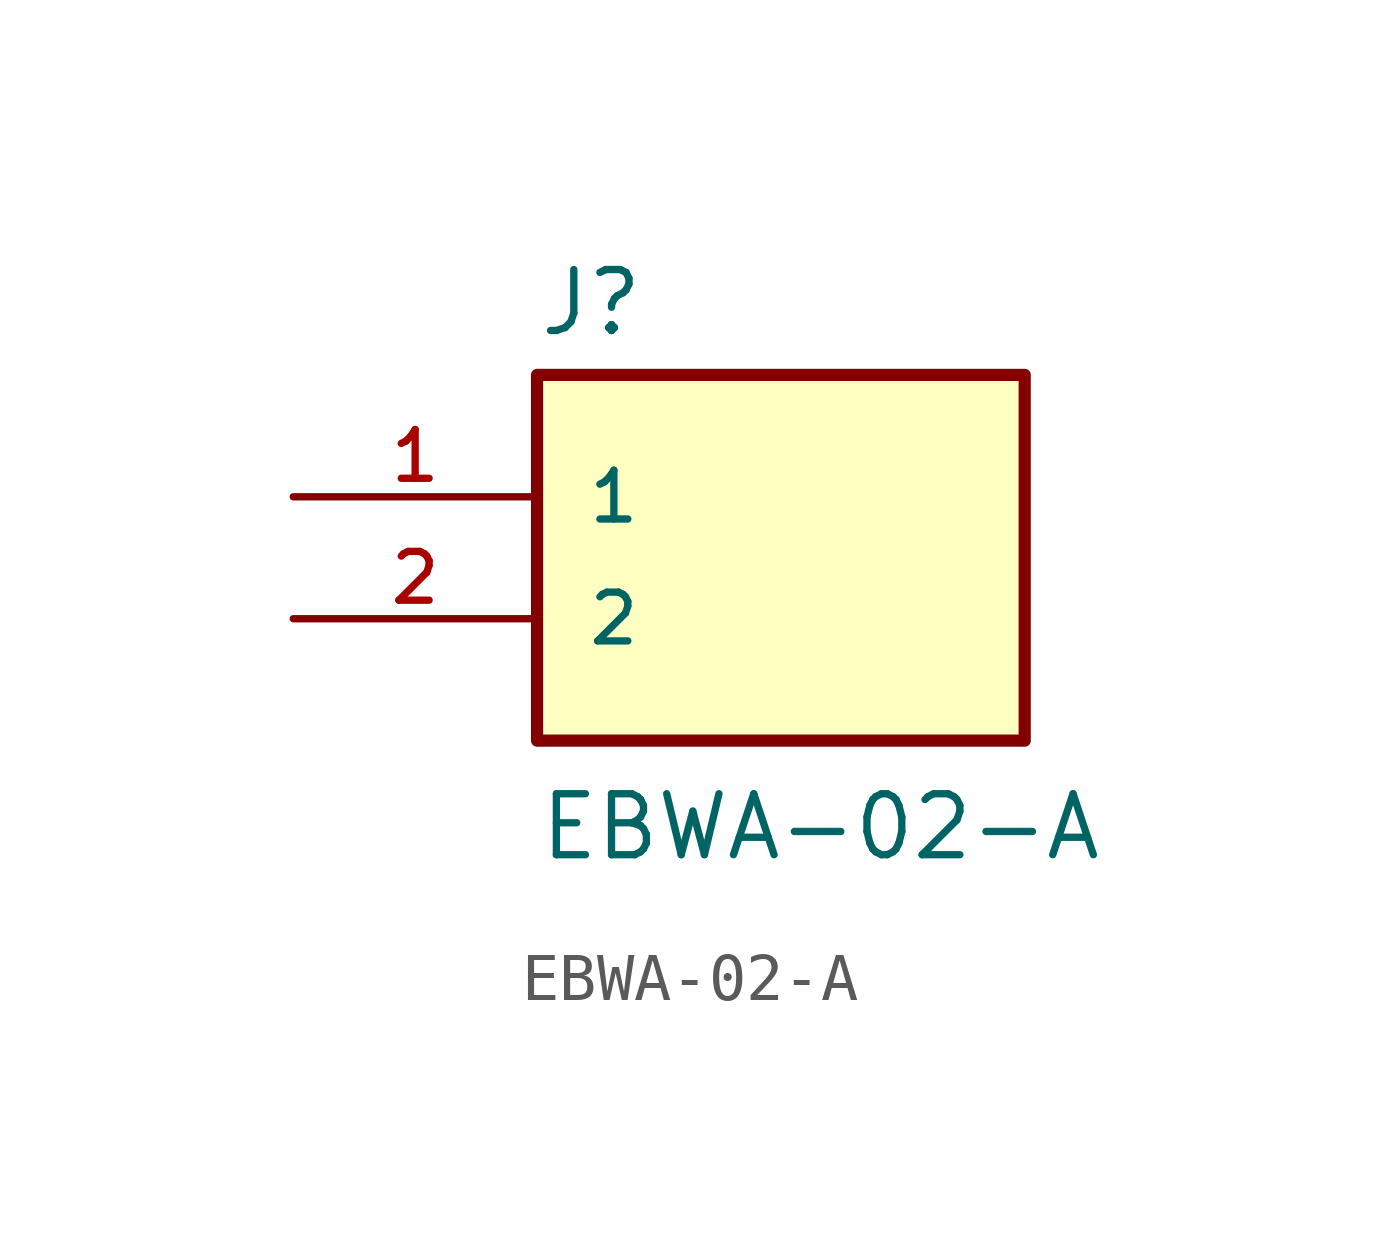
<source format=kicad_sym>
(kicad_symbol_lib
  (version 20211014)
  (generator kicad_symbol_editor)
  (symbol "EBWA-02-A"
    (pin_names
      (offset 1.016))
    (property "Reference" "J"
      (at -5.08 3.302 0)
      (effects (font (size 1.27 1.27)) (justify bottom left)))
    (property "Value" "EBWA-02-A"
      (at -5.08 -7.62 0)
      (effects (font (size 1.27 1.27)) (justify bottom left)))
    (symbol "EBWA-02-A_0_0"
      (rectangle (start -5.08 -5.08) (end 5.08 2.54) (stroke (width 0.254)) (fill (type background)))
      (pin passive line (at -10.16 0.0 0) (length 5.08) (name "1" (effects (font (size 1.016 1.016)))) (number "1" (effects (font (size 1.016 1.016)))))
      (pin passive line (at -10.16 -2.54 0) (length 5.08) (name "2" (effects (font (size 1.016 1.016)))) (number "2" (effects (font (size 1.016 1.016))))))))
</source>
